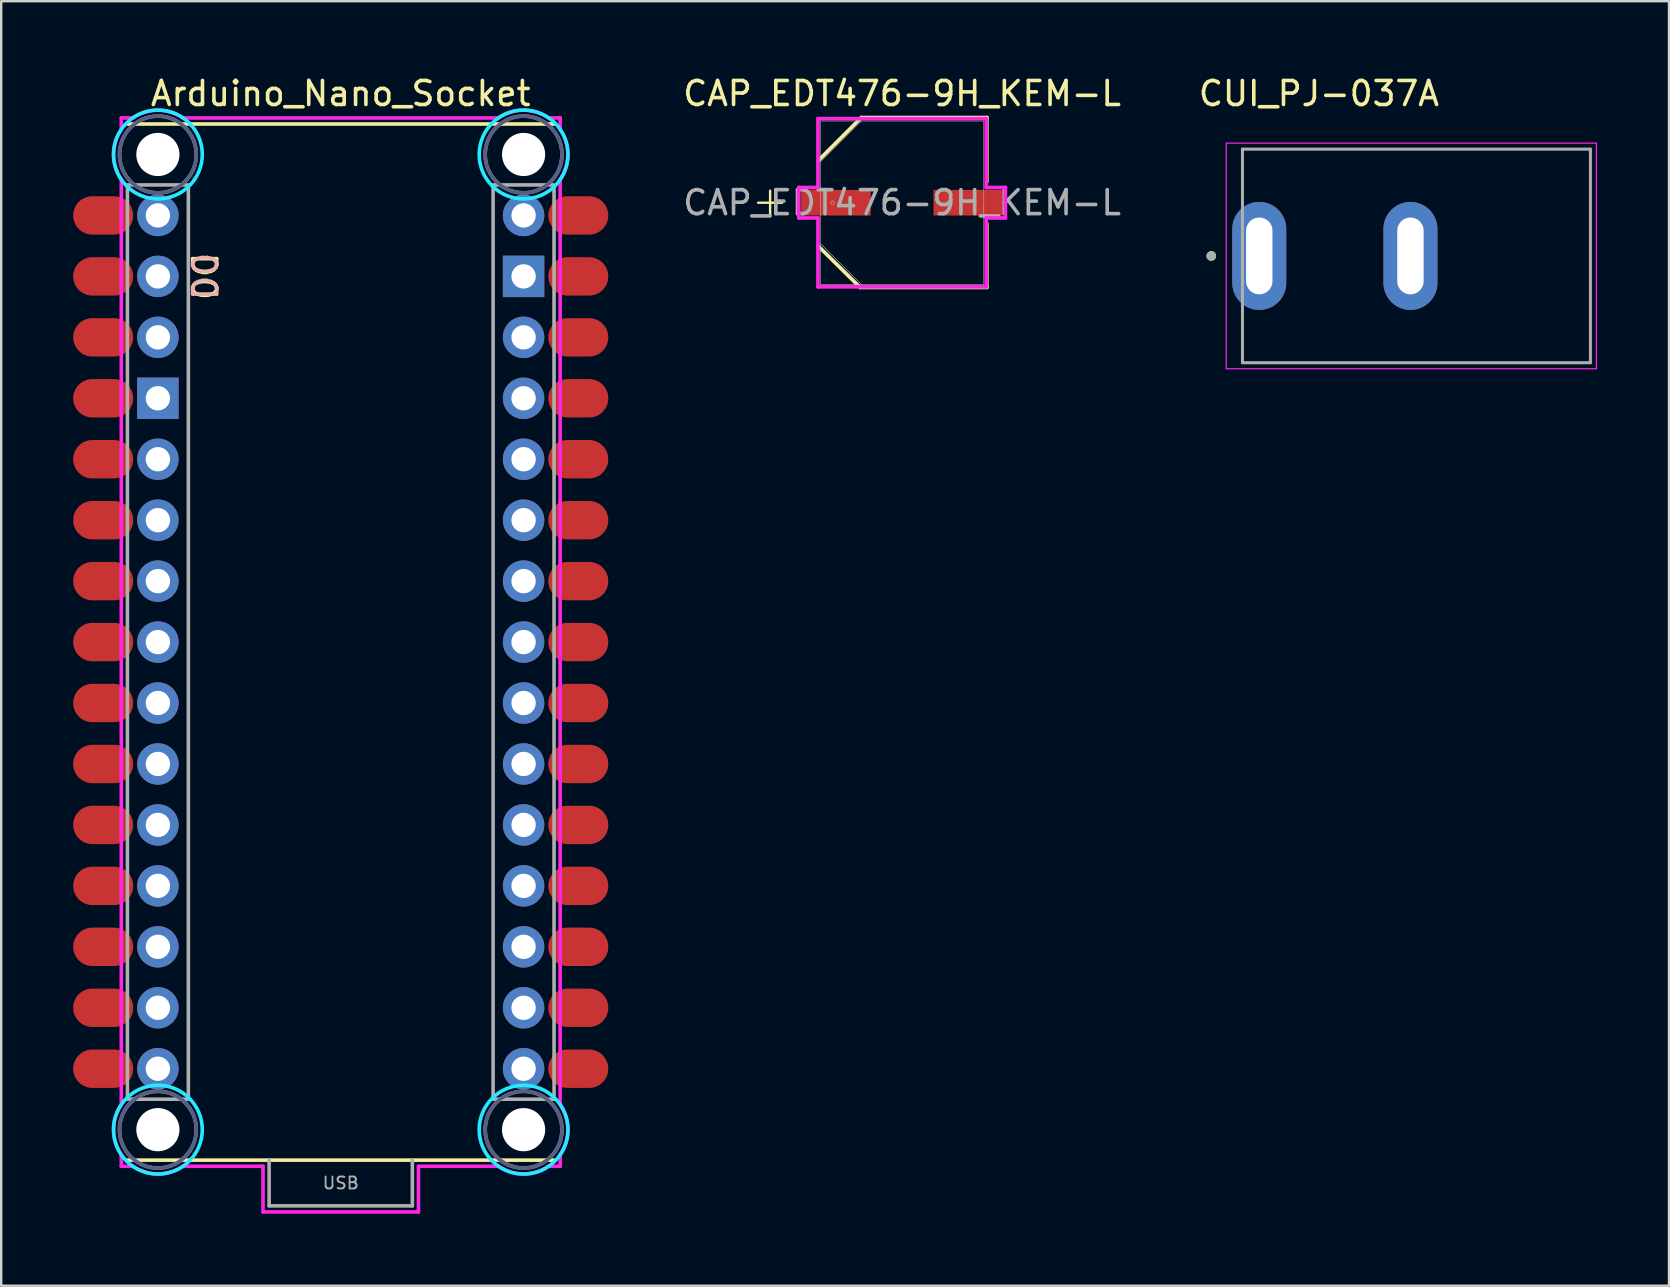
<source format=kicad_pcb>
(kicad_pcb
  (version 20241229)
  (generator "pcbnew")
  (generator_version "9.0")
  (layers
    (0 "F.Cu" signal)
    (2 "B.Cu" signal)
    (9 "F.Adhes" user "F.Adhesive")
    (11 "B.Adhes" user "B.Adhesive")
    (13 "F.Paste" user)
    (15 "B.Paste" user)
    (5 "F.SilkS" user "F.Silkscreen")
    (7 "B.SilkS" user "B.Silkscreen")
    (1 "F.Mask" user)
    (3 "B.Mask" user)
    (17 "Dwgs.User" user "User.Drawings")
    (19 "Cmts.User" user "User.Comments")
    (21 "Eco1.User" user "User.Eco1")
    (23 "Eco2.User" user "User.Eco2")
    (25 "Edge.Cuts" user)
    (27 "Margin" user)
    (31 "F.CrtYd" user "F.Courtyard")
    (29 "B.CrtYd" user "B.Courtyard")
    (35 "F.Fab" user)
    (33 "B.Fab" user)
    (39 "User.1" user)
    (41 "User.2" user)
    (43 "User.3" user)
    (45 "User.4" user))
  (footprint "Arduino_Nano_Socket"
    (layer "F.Cu")
    (at 11.15 45.298)
    (property "Reference" "Arduino_Nano_Socket" (at 0 -44.45 0) (layer "F.SilkS") (effects (font (size 1 1) (thickness 0.15))))
    (attr through_hole)
    (fp_line (start -8.89 -43.18) (end 8.89 -43.18) (stroke (width 0.15) (type solid)) (layer "F.SilkS"))
    (fp_line (start -8.89 0) (end 8.89 0) (stroke (width 0.15) (type solid)) (layer "F.SilkS"))
    (fp_circle (center -7.62 -41.91) (end -5.77 -41.91) (stroke (width 0.15) (type solid)) (fill no) (layer "B.CrtYd"))
    (fp_circle (center -7.62 -1.27) (end -5.77 -1.27) (stroke (width 0.15) (type solid)) (fill no) (layer "B.CrtYd"))
    (fp_circle (center 7.62 -41.91) (end 9.47 -41.91) (stroke (width 0.15) (type solid)) (fill no) (layer "B.CrtYd"))
    (fp_circle (center 7.62 -1.27) (end 9.47 -1.27) (stroke (width 0.15) (type solid)) (fill no) (layer "B.CrtYd"))
    (fp_line (start -9.144 -43.434) (end -8.661 -43.434) (stroke (width 0.15) (type solid)) (layer "F.CrtYd"))
    (fp_line (start -9.144 -42.951) (end -9.144 -43.434) (stroke (width 0.15) (type solid)) (layer "F.CrtYd"))
    (fp_line (start -9.144 -2.311) (end -9.144 -40.869) (stroke (width 0.15) (type solid)) (layer "F.CrtYd"))
    (fp_line (start -9.144 0.254) (end -9.144 -0.229) (stroke (width 0.15) (type solid)) (layer "F.CrtYd"))
    (fp_line (start -8.661 0.254) (end -9.144 0.254) (stroke (width 0.15) (type solid)) (layer "F.CrtYd"))
    (fp_line (start -6.579 -43.434) (end 6.579 -43.434) (stroke (width 0.15) (type solid)) (layer "F.CrtYd"))
    (fp_line (start -3.239 0.254) (end -6.579 0.254) (stroke (width 0.15) (type solid)) (layer "F.CrtYd"))
    (fp_line (start -3.239 0.254) (end -3.239 2.159) (stroke (width 0.15) (type solid)) (layer "F.CrtYd"))
    (fp_line (start 3.239 0.254) (end 3.239 2.159) (stroke (width 0.15) (type solid)) (layer "F.CrtYd"))
    (fp_line (start 3.239 2.159) (end -3.239 2.159) (stroke (width 0.15) (type solid)) (layer "F.CrtYd"))
    (fp_line (start 6.579 0.254) (end 3.239 0.254) (stroke (width 0.15) (type solid)) (layer "F.CrtYd"))
    (fp_line (start 8.661 -43.434) (end 9.144 -43.434) (stroke (width 0.15) (type solid)) (layer "F.CrtYd"))
    (fp_line (start 9.144 -43.434) (end 9.144 -42.951) (stroke (width 0.15) (type solid)) (layer "F.CrtYd"))
    (fp_line (start 9.144 -40.869) (end 9.144 -2.311) (stroke (width 0.15) (type solid)) (layer "F.CrtYd"))
    (fp_line (start 9.144 -0.229) (end 9.144 0.254) (stroke (width 0.15) (type solid)) (layer "F.CrtYd"))
    (fp_line (start 9.144 0.254) (end 8.661 0.254) (stroke (width 0.15) (type solid)) (layer "F.CrtYd"))
    (fp_arc (start -9.144 -40.8686) (mid -9.467363 -41.91) (end -9.144 -42.9514) (stroke (width 0.15) (type solid)) (layer "F.CrtYd"))
    (fp_arc (start -9.144 -0.2286) (mid -9.467363 -1.27) (end -9.144 -2.3114) (stroke (width 0.15) (type solid)) (layer "F.CrtYd"))
    (fp_arc (start -8.6614 -43.434) (mid -7.62 -43.757363) (end -6.5786 -43.434) (stroke (width 0.15) (type solid)) (layer "F.CrtYd"))
    (fp_arc (start -6.5786 0.254) (mid -7.62 0.577363) (end -8.6614 0.254) (stroke (width 0.15) (type solid)) (layer "F.CrtYd"))
    (fp_arc (start 6.5786 -43.434) (mid 7.62 -43.757363) (end 8.6614 -43.434) (stroke (width 0.15) (type solid)) (layer "F.CrtYd"))
    (fp_arc (start 8.6614 0.254) (mid 7.62 0.577363) (end 6.5786 0.254) (stroke (width 0.15) (type solid)) (layer "F.CrtYd"))
    (fp_arc (start 9.144 -42.9514) (mid 9.467363 -41.91) (end 9.144 -40.8686) (stroke (width 0.15) (type solid)) (layer "F.CrtYd"))
    (fp_arc (start 9.144 -2.3114) (mid 9.467363 -1.27) (end 9.144 -0.2286) (stroke (width 0.15) (type solid)) (layer "F.CrtYd"))
    (fp_circle (center -7.62 -41.91) (end -6.02 -41.91) (stroke (width 0.15) (type solid)) (fill no) (layer "B.Fab"))
    (fp_circle (center -7.62 -1.27) (end -6.02 -1.27) (stroke (width 0.15) (type solid)) (fill no) (layer "B.Fab"))
    (fp_circle (center 7.62 -41.91) (end 9.22 -41.91) (stroke (width 0.15) (type solid)) (fill no) (layer "B.Fab"))
    (fp_circle (center 7.62 -1.27) (end 9.22 -1.27) (stroke (width 0.15) (type solid)) (fill no) (layer "B.Fab"))
    (fp_line (start -2.985 1.905) (end -2.985 0) (stroke (width 0.15) (type solid)) (layer "F.Fab"))
    (fp_line (start -2.985 1.905) (end 2.985 1.905) (stroke (width 0.15) (type solid)) (layer "F.Fab"))
    (fp_line (start 2.985 1.905) (end 2.985 0) (stroke (width 0.15) (type solid)) (layer "F.Fab"))
    (fp_rect (start -8.89 -40.64) (end -6.35 -2.54) (stroke (width 0.15) (type solid)) (fill no) (layer "F.Fab"))
    (fp_rect (start 6.35 -40.64) (end 8.89 -2.54) (stroke (width 0.15) (type solid)) (fill no) (layer "F.Fab"))
    (fp_circle (center -7.62 -41.91) (end -6.02 -41.91) (stroke (width 0.15) (type solid)) (fill no) (layer "F.Fab"))
    (fp_circle (center -7.62 -1.27) (end -6.02 -1.27) (stroke (width 0.15) (type solid)) (fill no) (layer "F.Fab"))
    (fp_circle (center 7.62 -41.91) (end 9.22 -41.91) (stroke (width 0.15) (type solid)) (fill no) (layer "F.Fab"))
    (fp_circle (center 7.62 -1.27) (end 9.22 -1.27) (stroke (width 0.15) (type solid)) (fill no) (layer "F.Fab"))
    (fp_text user "D0" (at -5.715 -36.83 270) (unlocked yes) (layer "F.SilkS") (effects (font (size 1 1) (thickness 0.15))))
    (fp_text user "D0" (at -5.715 -36.83 270) (unlocked yes) (layer "B.SilkS") (effects (font (size 1 1) (thickness 0.15)) (justify mirror)))
    (fp_text user "USB" (at 0 0.953 0) (layer "F.Fab") (effects (font (size 0.5 0.5) (thickness 0.075))))
    (pad "" np_thru_hole circle (at -7.62 -41.91) (size 1.8 1.8) (drill 1.8) (layers "*.Cu" "*.Mask"))
    (pad "" np_thru_hole circle (at -7.62 -1.27) (size 1.8 1.8) (drill 1.8) (layers "*.Cu" "*.Mask"))
    (pad "" np_thru_hole circle (at 7.62 -41.91) (size 1.8 1.8) (drill 1.8) (layers "*.Cu" "*.Mask"))
    (pad "" np_thru_hole circle (at 7.62 -1.27) (size 1.8 1.8) (drill 1.8) (layers "*.Cu" "*.Mask"))
    (pad "3V3" thru_hole circle (at 7.62 -6.35) (size 1.727 1.727) (drill 1.016) (layers "*.Cu" "*.Mask"))
    (pad "3V3" smd oval (at 9.9 -6.35) (size 2.5 1.6) (layers "F.Cu" "F.Mask" "F.Paste"))
    (pad "5V" thru_hole circle (at 7.62 -31.75) (size 1.727 1.727) (drill 1.016) (layers "*.Cu" "*.Mask"))
    (pad "5V" smd oval (at 9.9 -31.75) (size 2.5 1.6) (layers "F.Cu" "F.Mask" "F.Paste"))
    (pad "A0" thru_hole circle (at 7.62 -11.43) (size 1.727 1.727) (drill 1.016) (layers "*.Cu" "*.Mask"))
    (pad "A0" smd oval (at 9.9 -11.43) (size 2.5 1.6) (layers "F.Cu" "F.Mask" "F.Paste"))
    (pad "A1" thru_hole circle (at 7.62 -13.97) (size 1.727 1.727) (drill 1.016) (layers "*.Cu" "*.Mask"))
    (pad "A1" smd oval (at 9.9 -13.97) (size 2.5 1.6) (layers "F.Cu" "F.Mask" "F.Paste"))
    (pad "A2" thru_hole circle (at 7.62 -16.51) (size 1.727 1.727) (drill 1.016) (layers "*.Cu" "*.Mask"))
    (pad "A2" smd oval (at 9.9 -16.51) (size 2.5 1.6) (layers "F.Cu" "F.Mask" "F.Paste"))
    (pad "A3" thru_hole circle (at 7.62 -19.05) (size 1.727 1.727) (drill 1.016) (layers "*.Cu" "*.Mask"))
    (pad "A3" smd oval (at 9.9 -19.05) (size 2.5 1.6) (layers "F.Cu" "F.Mask" "F.Paste"))
    (pad "A4" thru_hole circle (at 7.62 -21.59) (size 1.727 1.727) (drill 1.016) (layers "*.Cu" "*.Mask"))
    (pad "A4" smd oval (at 9.9 -21.59) (size 2.5 1.6) (layers "F.Cu" "F.Mask" "F.Paste"))
    (pad "A5" thru_hole circle (at 7.62 -24.13) (size 1.727 1.727) (drill 1.016) (layers "*.Cu" "*.Mask"))
    (pad "A5" smd oval (at 9.9 -24.13) (size 2.5 1.6) (layers "F.Cu" "F.Mask" "F.Paste"))
    (pad "A6" thru_hole circle (at 7.62 -26.67) (size 1.727 1.727) (drill 1.016) (layers "*.Cu" "*.Mask"))
    (pad "A6" smd oval (at 9.9 -26.67) (size 2.5 1.6) (layers "F.Cu" "F.Mask" "F.Paste"))
    (pad "A7" thru_hole circle (at 7.62 -29.21) (size 1.727 1.727) (drill 1.016) (layers "*.Cu" "*.Mask"))
    (pad "A7" smd oval (at 9.9 -29.21) (size 2.5 1.6) (layers "F.Cu" "F.Mask" "F.Paste"))
    (pad "AREF" thru_hole circle (at 7.62 -8.89) (size 1.727 1.727) (drill 1.016) (layers "*.Cu" "*.Mask"))
    (pad "AREF" smd oval (at 9.9 -8.89) (size 2.5 1.6) (layers "F.Cu" "F.Mask" "F.Paste"))
    (pad "D0" smd oval (at -9.9 -36.83) (size 2.5 1.6) (layers "F.Cu" "F.Mask" "F.Paste"))
    (pad "D0" thru_hole circle (at -7.62 -36.83) (size 1.727 1.727) (drill 1.016) (layers "*.Cu" "*.Mask"))
    (pad "D1" smd oval (at -9.9 -39.37) (size 2.5 1.6) (layers "F.Cu" "F.Mask" "F.Paste"))
    (pad "D1" thru_hole circle (at -7.62 -39.37) (size 1.727 1.727) (drill 1.016) (layers "*.Cu" "*.Mask"))
    (pad "D2" smd oval (at -9.9 -29.21) (size 2.5 1.6) (layers "F.Cu" "F.Mask" "F.Paste"))
    (pad "D2" thru_hole circle (at -7.62 -29.21) (size 1.727 1.727) (drill 1.016) (layers "*.Cu" "*.Mask"))
    (pad "D3" smd oval (at -9.9 -26.67) (size 2.5 1.6) (layers "F.Cu" "F.Mask" "F.Paste"))
    (pad "D3" thru_hole circle (at -7.62 -26.67) (size 1.727 1.727) (drill 1.016) (layers "*.Cu" "*.Mask"))
    (pad "D4" smd oval (at -9.9 -24.13) (size 2.5 1.6) (layers "F.Cu" "F.Mask" "F.Paste"))
    (pad "D4" thru_hole circle (at -7.62 -24.13) (size 1.727 1.727) (drill 1.016) (layers "*.Cu" "*.Mask"))
    (pad "D5" smd oval (at -9.9 -21.59) (size 2.5 1.6) (layers "F.Cu" "F.Mask" "F.Paste"))
    (pad "D5" thru_hole circle (at -7.62 -21.59) (size 1.727 1.727) (drill 1.016) (layers "*.Cu" "*.Mask"))
    (pad "D6" smd oval (at -9.9 -19.05) (size 2.5 1.6) (layers "F.Cu" "F.Mask" "F.Paste"))
    (pad "D6" thru_hole circle (at -7.62 -19.05) (size 1.727 1.727) (drill 1.016) (layers "*.Cu" "*.Mask"))
    (pad "D7" smd oval (at -9.9 -16.51) (size 2.5 1.6) (layers "F.Cu" "F.Mask" "F.Paste"))
    (pad "D7" thru_hole circle (at -7.62 -16.51) (size 1.727 1.727) (drill 1.016) (layers "*.Cu" "*.Mask"))
    (pad "D8" smd oval (at -9.9 -13.97) (size 2.5 1.6) (layers "F.Cu" "F.Mask" "F.Paste"))
    (pad "D8" thru_hole circle (at -7.62 -13.97) (size 1.727 1.727) (drill 1.016) (layers "*.Cu" "*.Mask"))
    (pad "D9" smd oval (at -9.9 -11.43) (size 2.5 1.6) (layers "F.Cu" "F.Mask" "F.Paste"))
    (pad "D9" thru_hole circle (at -7.62 -11.43) (size 1.727 1.727) (drill 1.016) (layers "*.Cu" "*.Mask"))
    (pad "D10" smd oval (at -9.9 -8.89) (size 2.5 1.6) (layers "F.Cu" "F.Mask" "F.Paste"))
    (pad "D10" thru_hole circle (at -7.62 -8.89) (size 1.727 1.727) (drill 1.016) (layers "*.Cu" "*.Mask"))
    (pad "D11" smd oval (at -9.9 -6.35) (size 2.5 1.6) (layers "F.Cu" "F.Mask" "F.Paste"))
    (pad "D11" thru_hole circle (at -7.62 -6.35) (size 1.727 1.727) (drill 1.016) (layers "*.Cu" "*.Mask"))
    (pad "D12" smd oval (at -9.9 -3.81) (size 2.5 1.6) (layers "F.Cu" "F.Mask" "F.Paste"))
    (pad "D12" thru_hole circle (at -7.62 -3.81) (size 1.727 1.727) (drill 1.016) (layers "*.Cu" "*.Mask"))
    (pad "D13" thru_hole circle (at 7.62 -3.81) (size 1.727 1.727) (drill 1.016) (layers "*.Cu" "*.Mask"))
    (pad "D13" smd oval (at 9.9 -3.81) (size 2.5 1.6) (layers "F.Cu" "F.Mask" "F.Paste"))
    (pad "GND1" smd oval (at -9.9 -31.75) (size 2.5 1.6) (layers "F.Cu" "F.Mask" "F.Paste"))
    (pad "GND1" thru_hole rect (at -7.62 -31.75) (size 1.727 1.727) (drill 1.016) (layers "*.Cu" "*.Mask"))
    (pad "GND2" thru_hole rect (at 7.62 -36.83) (size 1.727 1.727) (drill 1.016) (layers "*.Cu" "*.Mask"))
    (pad "GND2" smd oval (at 9.9 -36.83) (size 2.5 1.6) (layers "F.Cu" "F.Mask" "F.Paste"))
    (pad "RST1" smd oval (at -9.9 -34.29) (size 2.5 1.6) (layers "F.Cu" "F.Mask" "F.Paste"))
    (pad "RST1" thru_hole circle (at -7.62 -34.29) (size 1.727 1.727) (drill 1.016) (layers "*.Cu" "*.Mask"))
    (pad "RST2" thru_hole circle (at 7.62 -34.29) (size 1.727 1.727) (drill 1.016) (layers "*.Cu" "*.Mask"))
    (pad "RST2" smd oval (at 9.9 -34.29) (size 2.5 1.6) (layers "F.Cu" "F.Mask" "F.Paste"))
    (pad "VIN" thru_hole circle (at 7.62 -39.37) (size 1.727 1.727) (drill 1.016) (layers "*.Cu" "*.Mask"))
    (pad "VIN" smd oval (at 9.9 -39.37) (size 2.5 1.6) (layers "F.Cu" "F.Mask" "F.Paste")))
  (footprint "CUI_PJ-037A"
    (layer "F.Cu")
    (at 49.429 7.616)
    (property "Reference" "CUI_PJ-037A" (at 2.486 -6.767 0) (layer "F.SilkS") (effects (font (size 1 1) (thickness 0.15))))
    (attr through_hole)
    (fp_circle (center -2 0) (end -1.9 0) (stroke (width 0.2) (type solid)) (fill no) (layer "F.SilkS"))
    (fp_line (start -1.375 -4.7) (end -1.375 4.7) (stroke (width 0.05) (type solid)) (layer "F.CrtYd"))
    (fp_line (start -1.375 -4.7) (end 14.05 -4.7) (stroke (width 0.05) (type solid)) (layer "F.CrtYd"))
    (fp_line (start 14.05 -4.7) (end 14.05 4.7) (stroke (width 0.05) (type solid)) (layer "F.CrtYd"))
    (fp_line (start 14.05 4.7) (end -1.375 4.7) (stroke (width 0.05) (type solid)) (layer "F.CrtYd"))
    (fp_line (start -0.7 -4.45) (end 13.8 -4.45) (stroke (width 0.127) (type solid)) (layer "F.Fab"))
    (fp_line (start -0.7 4.45) (end -0.7 -4.45) (stroke (width 0.127) (type solid)) (layer "F.Fab"))
    (fp_line (start 13.8 -4.45) (end 13.8 4.45) (stroke (width 0.127) (type solid)) (layer "F.Fab"))
    (fp_line (start 13.8 4.45) (end -0.7 4.45) (stroke (width 0.127) (type solid)) (layer "F.Fab"))
    (fp_circle (center -2 0) (end -1.9 0) (stroke (width 0.2) (type solid)) (fill no) (layer "F.Fab"))
    (pad "1" thru_hole oval (at 0 0) (size 2.25 4.5) (drill oval 1.1 3.2) (layers "*.Cu" "*.Mask"))
    (pad "2" thru_hole oval (at 6.3 0) (size 2.25 4.5) (drill oval 1.1 3.2) (layers "*.Cu" "*.Mask")))
  (footprint "CAP_EDT476-9H_KEM-L"
    (layer "F.Cu")
    (at 34.544 5.398)
    (property "Reference" "CAP_EDT476-9H_KEM-L" (at 0 -4.55 0) (unlocked yes) (layer "F.SilkS") (effects (font (size 1 1) (thickness 0.15))))
    (attr smd)
    (fp_line (start -5.5 -0.5) (end -5.5 0.5) (stroke (width 0.1) (type default)) (layer "F.SilkS"))
    (fp_line (start -5 0) (end -6 0) (stroke (width 0.1) (type default)) (layer "F.SilkS"))
    (fp_line (start -1.75 3.531) (end -3.5 1.8) (stroke (width 0.152) (type default)) (layer "F.SilkS"))
    (fp_line (start -1.75 3.531) (end 3.531 3.531) (stroke (width 0.152) (type solid)) (layer "F.SilkS"))
    (fp_line (start -1.7 -3.55) (end -3.5 -1.75) (stroke (width 0.152) (type solid)) (layer "F.SilkS"))
    (fp_line (start 3.531 -3.55) (end -1.7 -3.55) (stroke (width 0.152) (type solid)) (layer "F.SilkS"))
    (fp_line (start 3.531 -0.866) (end 3.531 -3.55) (stroke (width 0.152) (type solid)) (layer "F.SilkS"))
    (fp_line (start 3.531 3.531) (end 3.531 0.866) (stroke (width 0.152) (type solid)) (layer "F.SilkS"))
    (fp_line (start -4.305 -0.635) (end -3.505 -0.635) (stroke (width 0.152) (type solid)) (layer "F.CrtYd"))
    (fp_line (start -4.305 0.635) (end -4.305 -0.635) (stroke (width 0.152) (type solid)) (layer "F.CrtYd"))
    (fp_line (start -3.505 -3.505) (end 3.505 -3.505) (stroke (width 0.152) (type solid)) (layer "F.CrtYd"))
    (fp_line (start -3.505 -0.635) (end -3.505 -3.505) (stroke (width 0.152) (type solid)) (layer "F.CrtYd"))
    (fp_line (start -3.505 0.635) (end -4.305 0.635) (stroke (width 0.152) (type solid)) (layer "F.CrtYd"))
    (fp_line (start -3.505 3.505) (end -3.505 0.635) (stroke (width 0.152) (type solid)) (layer "F.CrtYd"))
    (fp_line (start 3.505 -3.505) (end 3.505 -0.635) (stroke (width 0.152) (type solid)) (layer "F.CrtYd"))
    (fp_line (start 3.505 -0.635) (end 4.305 -0.635) (stroke (width 0.152) (type solid)) (layer "F.CrtYd"))
    (fp_line (start 3.505 0.635) (end 3.505 3.505) (stroke (width 0.152) (type solid)) (layer "F.CrtYd"))
    (fp_line (start 3.505 3.505) (end -3.505 3.505) (stroke (width 0.152) (type solid)) (layer "F.CrtYd"))
    (fp_line (start 4.305 -0.635) (end 4.305 0.635) (stroke (width 0.152) (type solid)) (layer "F.CrtYd"))
    (fp_line (start 4.305 0.635) (end 3.505 0.635) (stroke (width 0.152) (type solid)) (layer "F.CrtYd"))
    (fp_line (start -3.404 -3.404) (end -3.404 3.404) (stroke (width 0.025) (type solid)) (layer "F.Fab"))
    (fp_line (start -3.404 -1.702) (end -1.702 -3.404) (stroke (width 0.025) (type solid)) (layer "F.Fab"))
    (fp_line (start -3.404 1.702) (end -1.702 3.404) (stroke (width 0.025) (type solid)) (layer "F.Fab"))
    (fp_line (start -3.404 3.404) (end 3.404 3.404) (stroke (width 0.025) (type solid)) (layer "F.Fab"))
    (fp_line (start 3.404 -3.404) (end -3.404 -3.404) (stroke (width 0.025) (type solid)) (layer "F.Fab"))
    (fp_line (start 3.404 3.404) (end 3.404 -3.404) (stroke (width 0.025) (type solid)) (layer "F.Fab"))
    (fp_circle (center -2.896 0) (end -2.819 0) (stroke (width 0.025) (type solid)) (fill no) (layer "F.Fab"))
    (fp_text user "${REFERENCE}" (at 0 0 0) (unlocked yes) (layer "F.Fab") (effects (font (size 1 1) (thickness 0.15))))
    (pad "1" smd rect (at -2.756 0) (size 2.896 1.067) (layers "F.Cu" "F.Mask" "F.Paste"))
    (pad "2" smd rect (at 2.756 0) (size 2.896 1.067) (layers "F.Cu" "F.Mask" "F.Paste")))
  (gr_rect
    (start -3 -3)
    (end 66.504 50.532)
    (stroke (width 0.1) (type default))
    (fill no)
    (layer "Edge.Cuts")))
</source>
